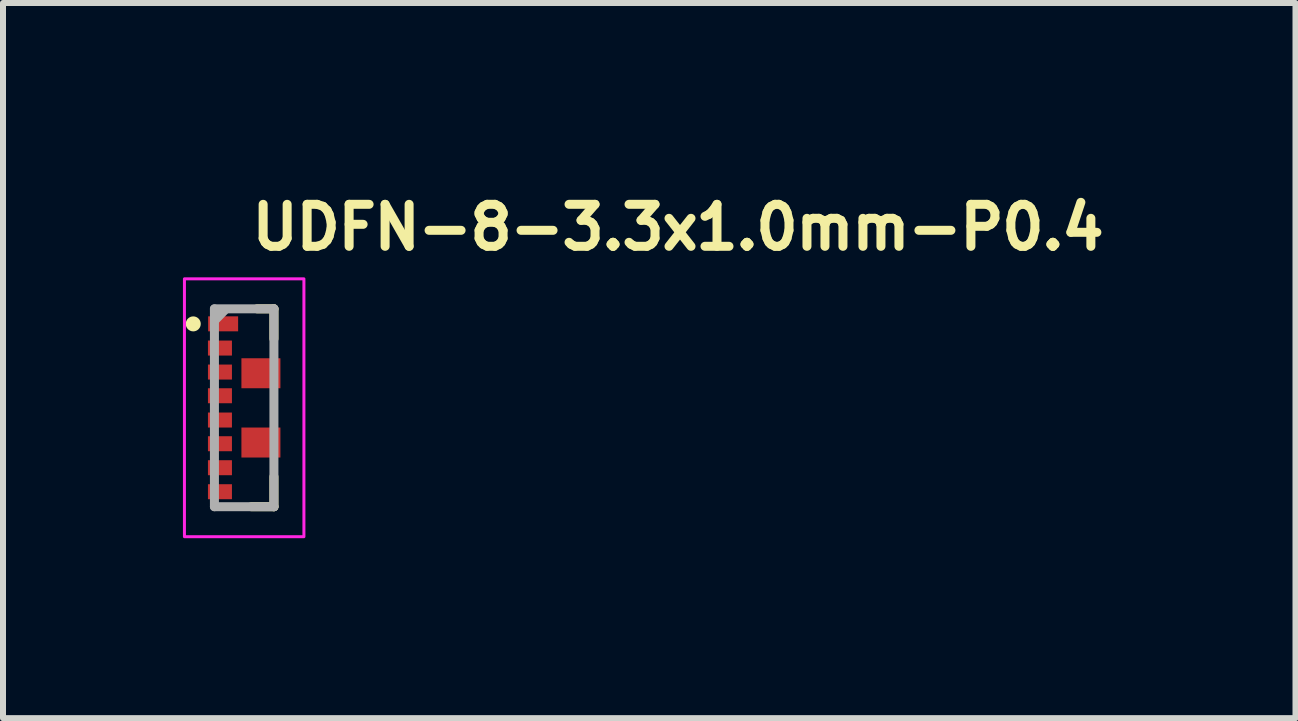
<source format=kicad_pcb>
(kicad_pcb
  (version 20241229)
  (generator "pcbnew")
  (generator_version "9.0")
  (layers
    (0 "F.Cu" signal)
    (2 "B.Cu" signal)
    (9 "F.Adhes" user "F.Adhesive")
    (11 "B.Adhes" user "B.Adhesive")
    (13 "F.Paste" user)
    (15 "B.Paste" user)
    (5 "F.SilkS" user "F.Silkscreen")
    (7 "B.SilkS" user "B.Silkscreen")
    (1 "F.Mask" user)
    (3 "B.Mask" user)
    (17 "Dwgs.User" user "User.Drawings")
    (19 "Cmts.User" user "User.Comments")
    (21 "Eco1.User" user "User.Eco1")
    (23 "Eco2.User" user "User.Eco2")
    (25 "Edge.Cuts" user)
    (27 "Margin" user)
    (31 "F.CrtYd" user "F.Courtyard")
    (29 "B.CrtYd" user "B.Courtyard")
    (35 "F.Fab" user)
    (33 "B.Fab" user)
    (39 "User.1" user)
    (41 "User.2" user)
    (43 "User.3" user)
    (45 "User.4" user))
  (footprint "UDFN-8-3.3x1.0mm-P0.4"
    (layer "F.Cu")
    (at 1.022 3.75)
    (property "Reference" "UDFN-8-3.3x1.0mm-P0.4" (at 0.05 -2.6 0) (layer "F.SilkS") (effects (font (size 0.7 0.7) (thickness 0.15)) (justify left bottom)))
    (attr smd)
    (fp_poly (pts (xy -0.655 -1.581) (xy -0.053 -1.581) (xy -0.053 -1.22) (xy -0.655 -1.22)) (stroke (width 0.01) (type solid)) (fill yes) (layer "F.Mask"))
    (fp_poly (pts (xy -0.655 -1.18) (xy -0.147 -1.18) (xy -0.147 -0.821) (xy -0.655 -0.821)) (stroke (width 0.01) (type solid)) (fill yes) (layer "F.Mask"))
    (fp_poly (pts (xy -0.655 -0.782) (xy -0.147 -0.782) (xy -0.147 -0.417) (xy -0.655 -0.417)) (stroke (width 0.01) (type solid)) (fill yes) (layer "F.Mask"))
    (fp_poly (pts (xy -0.655 -0.377) (xy -0.147 -0.377) (xy -0.147 -0.019) (xy -0.655 -0.019)) (stroke (width 0.01) (type solid)) (fill yes) (layer "F.Mask"))
    (fp_poly (pts (xy -0.655 0.021) (xy -0.147 0.021) (xy -0.147 0.378) (xy -0.655 0.378)) (stroke (width 0.01) (type solid)) (fill yes) (layer "F.Mask"))
    (fp_poly (pts (xy -0.655 0.418) (xy -0.147 0.418) (xy -0.147 0.783) (xy -0.655 0.783)) (stroke (width 0.01) (type solid)) (fill yes) (layer "F.Mask"))
    (fp_poly (pts (xy -0.655 0.822) (xy -0.147 0.822) (xy -0.147 1.179) (xy -0.655 1.179)) (stroke (width 0.01) (type solid)) (fill yes) (layer "F.Mask"))
    (fp_poly (pts (xy -0.655 1.219) (xy -0.147 1.219) (xy -0.147 1.58) (xy -0.655 1.58)) (stroke (width 0.01) (type solid)) (fill yes) (layer "F.Mask"))
    (fp_poly (pts (xy -0.103 -0.877) (xy 0.653 -0.877) (xy 0.653 -0.282) (xy -0.103 -0.282)) (stroke (width 0.01) (type solid)) (fill yes) (layer "F.Mask"))
    (fp_poly (pts (xy -0.103 0.283) (xy 0.653 0.283) (xy 0.653 0.878) (xy -0.103 0.878)) (stroke (width 0.01) (type solid)) (fill yes) (layer "F.Mask"))
    (fp_line (start 0.215 -1.651) (end 0.495 -1.651) (stroke (width 0.15) (type solid)) (layer "F.SilkS"))
    (fp_line (start 0.495 -1.651) (end 0.495 -1.151) (stroke (width 0.15) (type solid)) (layer "F.SilkS"))
    (fp_line (start 0.495 1.148) (end 0.495 1.648) (stroke (width 0.15) (type solid)) (layer "F.SilkS"))
    (fp_line (start 0.495 1.648) (end 0.119 1.648) (stroke (width 0.15) (type solid)) (layer "F.SilkS"))
    (fp_circle (center -0.85 -1.4) (end -0.8 -1.4) (stroke (width 0.15) (type solid)) (fill yes) (layer "F.SilkS"))
    (fp_rect (start -0.997 -2.151) (end 0.995 2.148) (stroke (width 0.05) (type solid)) (fill no) (layer "F.CrtYd"))
    (fp_line (start -0.497 -1.651) (end 0.495 -1.651) (stroke (width 0.15) (type solid)) (layer "F.Fab"))
    (fp_line (start -0.497 1.648) (end -0.497 -1.651) (stroke (width 0.15) (type solid)) (layer "F.Fab"))
    (fp_line (start -0.476 -1.474) (end -0.328 -1.625) (stroke (width 0.15) (type solid)) (layer "F.Fab"))
    (fp_line (start 0.495 -1.651) (end 0.495 1.648) (stroke (width 0.15) (type solid)) (layer "F.Fab"))
    (fp_line (start 0.495 1.648) (end -0.497 1.648) (stroke (width 0.15) (type solid)) (layer "F.Fab"))
    (fp_rect (start -0.497 -1.651) (end 0.495 1.648) (stroke (width 0.1) (type solid)) (fill no) (layer "User.5"))
    (fp_rect (start -0.497 -1.651) (end 0.495 1.648) (stroke (width 0.1) (type solid)) (fill no) (layer "User.5"))
    (fp_rect (start -0.497 -1.651) (end 0.495 1.648) (stroke (width 0.1) (type solid)) (fill no) (layer "User.5"))
    (fp_rect (start -0.497 -1.651) (end 0.495 1.648) (stroke (width 0.1) (type solid)) (fill no) (layer "User.5"))
    (fp_line (start -0.497 -1.651) (end -0.497 1.648) (stroke (width 0.02) (type solid)) (layer "User.9"))
    (fp_line (start -0.497 1.648) (end 0.495 1.648) (stroke (width 0.02) (type solid)) (layer "User.9"))
    (fp_line (start -0.404 -1.462) (end -0.404 -1.456) (stroke (width 0.02) (type solid)) (layer "User.9"))
    (fp_line (start -0.404 -1.462) (end -0.404 -1.456) (stroke (width 0.02) (type solid)) (layer "User.9"))
    (fp_line (start -0.404 -1.456) (end -0.404 -1.45) (stroke (width 0.02) (type solid)) (layer "User.9"))
    (fp_line (start -0.404 -1.456) (end -0.404 -1.45) (stroke (width 0.02) (type solid)) (layer "User.9"))
    (fp_line (start -0.404 -1.45) (end -0.404 -1.45) (stroke (width 0.02) (type solid)) (layer "User.9"))
    (fp_line (start -0.404 -1.45) (end -0.404 -1.45) (stroke (width 0.02) (type solid)) (layer "User.9"))
    (fp_line (start -0.404 -1.45) (end -0.404 -1.446) (stroke (width 0.02) (type solid)) (layer "User.9"))
    (fp_line (start -0.404 -1.45) (end -0.404 -1.446) (stroke (width 0.02) (type solid)) (layer "User.9"))
    (fp_line (start -0.404 -1.446) (end -0.404 -1.44) (stroke (width 0.02) (type solid)) (layer "User.9"))
    (fp_line (start -0.404 -1.446) (end -0.404 -1.44) (stroke (width 0.02) (type solid)) (layer "User.9"))
    (fp_line (start -0.404 -1.44) (end -0.403 -1.436) (stroke (width 0.02) (type solid)) (layer "User.9"))
    (fp_line (start -0.404 -1.44) (end -0.403 -1.436) (stroke (width 0.02) (type solid)) (layer "User.9"))
    (fp_line (start -0.403 -1.466) (end -0.404 -1.462) (stroke (width 0.02) (type solid)) (layer "User.9"))
    (fp_line (start -0.403 -1.466) (end -0.404 -1.462) (stroke (width 0.02) (type solid)) (layer "User.9"))
    (fp_line (start -0.403 -1.436) (end -0.402 -1.43) (stroke (width 0.02) (type solid)) (layer "User.9"))
    (fp_line (start -0.403 -1.436) (end -0.402 -1.43) (stroke (width 0.02) (type solid)) (layer "User.9"))
    (fp_line (start -0.402 -1.472) (end -0.403 -1.466) (stroke (width 0.02) (type solid)) (layer "User.9"))
    (fp_line (start -0.402 -1.472) (end -0.403 -1.466) (stroke (width 0.02) (type solid)) (layer "User.9"))
    (fp_line (start -0.402 -1.43) (end -0.401 -1.426) (stroke (width 0.02) (type solid)) (layer "User.9"))
    (fp_line (start -0.402 -1.43) (end -0.401 -1.426) (stroke (width 0.02) (type solid)) (layer "User.9"))
    (fp_line (start -0.401 -1.476) (end -0.402 -1.472) (stroke (width 0.02) (type solid)) (layer "User.9"))
    (fp_line (start -0.401 -1.476) (end -0.402 -1.472) (stroke (width 0.02) (type solid)) (layer "User.9"))
    (fp_line (start -0.401 -1.426) (end -0.4 -1.422) (stroke (width 0.02) (type solid)) (layer "User.9"))
    (fp_line (start -0.401 -1.426) (end -0.4 -1.422) (stroke (width 0.02) (type solid)) (layer "User.9"))
    (fp_line (start -0.4 -1.48) (end -0.401 -1.476) (stroke (width 0.02) (type solid)) (layer "User.9"))
    (fp_line (start -0.4 -1.48) (end -0.401 -1.476) (stroke (width 0.02) (type solid)) (layer "User.9"))
    (fp_line (start -0.4 -1.422) (end -0.398 -1.416) (stroke (width 0.02) (type solid)) (layer "User.9"))
    (fp_line (start -0.4 -1.422) (end -0.398 -1.416) (stroke (width 0.02) (type solid)) (layer "User.9"))
    (fp_line (start -0.398 -1.486) (end -0.4 -1.48) (stroke (width 0.02) (type solid)) (layer "User.9"))
    (fp_line (start -0.398 -1.486) (end -0.4 -1.48) (stroke (width 0.02) (type solid)) (layer "User.9"))
    (fp_line (start -0.398 -1.416) (end -0.397 -1.412) (stroke (width 0.02) (type solid)) (layer "User.9"))
    (fp_line (start -0.398 -1.416) (end -0.397 -1.412) (stroke (width 0.02) (type solid)) (layer "User.9"))
    (fp_line (start -0.397 -1.49) (end -0.398 -1.486) (stroke (width 0.02) (type solid)) (layer "User.9"))
    (fp_line (start -0.397 -1.49) (end -0.398 -1.486) (stroke (width 0.02) (type solid)) (layer "User.9"))
    (fp_line (start -0.397 -1.412) (end -0.395 -1.407) (stroke (width 0.02) (type solid)) (layer "User.9"))
    (fp_line (start -0.397 -1.412) (end -0.395 -1.407) (stroke (width 0.02) (type solid)) (layer "User.9"))
    (fp_line (start -0.395 -1.494) (end -0.397 -1.49) (stroke (width 0.02) (type solid)) (layer "User.9"))
    (fp_line (start -0.395 -1.494) (end -0.397 -1.49) (stroke (width 0.02) (type solid)) (layer "User.9"))
    (fp_line (start -0.395 -1.407) (end -0.392 -1.403) (stroke (width 0.02) (type solid)) (layer "User.9"))
    (fp_line (start -0.395 -1.407) (end -0.392 -1.403) (stroke (width 0.02) (type solid)) (layer "User.9"))
    (fp_line (start -0.392 -1.498) (end -0.395 -1.494) (stroke (width 0.02) (type solid)) (layer "User.9"))
    (fp_line (start -0.392 -1.498) (end -0.395 -1.494) (stroke (width 0.02) (type solid)) (layer "User.9"))
    (fp_line (start -0.392 -1.403) (end -0.39 -1.399) (stroke (width 0.02) (type solid)) (layer "User.9"))
    (fp_line (start -0.392 -1.403) (end -0.39 -1.399) (stroke (width 0.02) (type solid)) (layer "User.9"))
    (fp_line (start -0.39 -1.502) (end -0.392 -1.498) (stroke (width 0.02) (type solid)) (layer "User.9"))
    (fp_line (start -0.39 -1.502) (end -0.392 -1.498) (stroke (width 0.02) (type solid)) (layer "User.9"))
    (fp_line (start -0.39 -1.399) (end -0.38 -1.395) (stroke (width 0.02) (type solid)) (layer "User.9"))
    (fp_line (start -0.39 -1.399) (end -0.38 -1.395) (stroke (width 0.02) (type solid)) (layer "User.9"))
    (fp_line (start -0.38 -1.506) (end -0.39 -1.502) (stroke (width 0.02) (type solid)) (layer "User.9"))
    (fp_line (start -0.38 -1.506) (end -0.39 -1.502) (stroke (width 0.02) (type solid)) (layer "User.9"))
    (fp_line (start -0.38 -1.395) (end -0.378 -1.391) (stroke (width 0.02) (type solid)) (layer "User.9"))
    (fp_line (start -0.38 -1.395) (end -0.378 -1.391) (stroke (width 0.02) (type solid)) (layer "User.9"))
    (fp_line (start -0.378 -1.51) (end -0.38 -1.506) (stroke (width 0.02) (type solid)) (layer "User.9"))
    (fp_line (start -0.378 -1.51) (end -0.38 -1.506) (stroke (width 0.02) (type solid)) (layer "User.9"))
    (fp_line (start -0.378 -1.391) (end -0.375 -1.387) (stroke (width 0.02) (type solid)) (layer "User.9"))
    (fp_line (start -0.378 -1.391) (end -0.375 -1.387) (stroke (width 0.02) (type solid)) (layer "User.9"))
    (fp_line (start -0.375 -1.514) (end -0.378 -1.51) (stroke (width 0.02) (type solid)) (layer "User.9"))
    (fp_line (start -0.375 -1.514) (end -0.378 -1.51) (stroke (width 0.02) (type solid)) (layer "User.9"))
    (fp_line (start -0.375 -1.387) (end -0.371 -1.383) (stroke (width 0.02) (type solid)) (layer "User.9"))
    (fp_line (start -0.375 -1.387) (end -0.371 -1.383) (stroke (width 0.02) (type solid)) (layer "User.9"))
    (fp_line (start -0.371 -1.518) (end -0.375 -1.514) (stroke (width 0.02) (type solid)) (layer "User.9"))
    (fp_line (start -0.371 -1.518) (end -0.375 -1.514) (stroke (width 0.02) (type solid)) (layer "User.9"))
    (fp_line (start -0.371 -1.383) (end -0.368 -1.381) (stroke (width 0.02) (type solid)) (layer "User.9"))
    (fp_line (start -0.371 -1.383) (end -0.368 -1.381) (stroke (width 0.02) (type solid)) (layer "User.9"))
    (fp_line (start -0.368 -1.522) (end -0.371 -1.518) (stroke (width 0.02) (type solid)) (layer "User.9"))
    (fp_line (start -0.368 -1.522) (end -0.371 -1.518) (stroke (width 0.02) (type solid)) (layer "User.9"))
    (fp_line (start -0.368 -1.381) (end -0.365 -1.377) (stroke (width 0.02) (type solid)) (layer "User.9"))
    (fp_line (start -0.368 -1.381) (end -0.365 -1.377) (stroke (width 0.02) (type solid)) (layer "User.9"))
    (fp_line (start -0.365 -1.524) (end -0.368 -1.522) (stroke (width 0.02) (type solid)) (layer "User.9"))
    (fp_line (start -0.365 -1.524) (end -0.368 -1.522) (stroke (width 0.02) (type solid)) (layer "User.9"))
    (fp_line (start -0.365 -1.377) (end -0.361 -1.373) (stroke (width 0.02) (type solid)) (layer "User.9"))
    (fp_line (start -0.365 -1.377) (end -0.361 -1.373) (stroke (width 0.02) (type solid)) (layer "User.9"))
    (fp_line (start -0.361 -1.528) (end -0.365 -1.524) (stroke (width 0.02) (type solid)) (layer "User.9"))
    (fp_line (start -0.361 -1.528) (end -0.365 -1.524) (stroke (width 0.02) (type solid)) (layer "User.9"))
    (fp_line (start -0.361 -1.373) (end -0.357 -1.371) (stroke (width 0.02) (type solid)) (layer "User.9"))
    (fp_line (start -0.361 -1.373) (end -0.357 -1.371) (stroke (width 0.02) (type solid)) (layer "User.9"))
    (fp_line (start -0.357 -1.532) (end -0.361 -1.528) (stroke (width 0.02) (type solid)) (layer "User.9"))
    (fp_line (start -0.357 -1.532) (end -0.361 -1.528) (stroke (width 0.02) (type solid)) (layer "User.9"))
    (fp_line (start -0.357 -1.371) (end -0.353 -1.369) (stroke (width 0.02) (type solid)) (layer "User.9"))
    (fp_line (start -0.357 -1.371) (end -0.353 -1.369) (stroke (width 0.02) (type solid)) (layer "User.9"))
    (fp_line (start -0.353 -1.534) (end -0.357 -1.532) (stroke (width 0.02) (type solid)) (layer "User.9"))
    (fp_line (start -0.353 -1.534) (end -0.357 -1.532) (stroke (width 0.02) (type solid)) (layer "User.9"))
    (fp_line (start -0.353 -1.369) (end -0.352 -1.365) (stroke (width 0.02) (type solid)) (layer "User.9"))
    (fp_line (start -0.353 -1.369) (end -0.352 -1.365) (stroke (width 0.02) (type solid)) (layer "User.9"))
    (fp_line (start -0.352 -1.536) (end -0.353 -1.534) (stroke (width 0.02) (type solid)) (layer "User.9"))
    (fp_line (start -0.352 -1.536) (end -0.353 -1.534) (stroke (width 0.02) (type solid)) (layer "User.9"))
    (fp_line (start -0.352 -1.365) (end -0.35 -1.363) (stroke (width 0.02) (type solid)) (layer "User.9"))
    (fp_line (start -0.352 -1.365) (end -0.35 -1.363) (stroke (width 0.02) (type solid)) (layer "User.9"))
    (fp_line (start -0.35 -1.539) (end -0.352 -1.536) (stroke (width 0.02) (type solid)) (layer "User.9"))
    (fp_line (start -0.35 -1.539) (end -0.352 -1.536) (stroke (width 0.02) (type solid)) (layer "User.9"))
    (fp_line (start -0.35 -1.363) (end -0.346 -1.361) (stroke (width 0.02) (type solid)) (layer "User.9"))
    (fp_line (start -0.35 -1.363) (end -0.346 -1.361) (stroke (width 0.02) (type solid)) (layer "User.9"))
    (fp_line (start -0.346 -1.541) (end -0.35 -1.539) (stroke (width 0.02) (type solid)) (layer "User.9"))
    (fp_line (start -0.346 -1.541) (end -0.35 -1.539) (stroke (width 0.02) (type solid)) (layer "User.9"))
    (fp_line (start -0.346 -1.361) (end -0.343 -1.359) (stroke (width 0.02) (type solid)) (layer "User.9"))
    (fp_line (start -0.346 -1.361) (end -0.343 -1.359) (stroke (width 0.02) (type solid)) (layer "User.9"))
    (fp_line (start -0.343 -1.543) (end -0.346 -1.541) (stroke (width 0.02) (type solid)) (layer "User.9"))
    (fp_line (start -0.343 -1.543) (end -0.346 -1.541) (stroke (width 0.02) (type solid)) (layer "User.9"))
    (fp_line (start -0.343 -1.359) (end -0.339 -1.357) (stroke (width 0.02) (type solid)) (layer "User.9"))
    (fp_line (start -0.343 -1.359) (end -0.339 -1.357) (stroke (width 0.02) (type solid)) (layer "User.9"))
    (fp_line (start -0.339 -1.545) (end -0.343 -1.543) (stroke (width 0.02) (type solid)) (layer "User.9"))
    (fp_line (start -0.339 -1.545) (end -0.343 -1.543) (stroke (width 0.02) (type solid)) (layer "User.9"))
    (fp_line (start -0.339 -1.357) (end -0.334 -1.355) (stroke (width 0.02) (type solid)) (layer "User.9"))
    (fp_line (start -0.339 -1.357) (end -0.334 -1.355) (stroke (width 0.02) (type solid)) (layer "User.9"))
    (fp_line (start -0.334 -1.547) (end -0.339 -1.545) (stroke (width 0.02) (type solid)) (layer "User.9"))
    (fp_line (start -0.334 -1.547) (end -0.339 -1.545) (stroke (width 0.02) (type solid)) (layer "User.9"))
    (fp_line (start -0.334 -1.355) (end -0.329 -1.355) (stroke (width 0.02) (type solid)) (layer "User.9"))
    (fp_line (start -0.334 -1.355) (end -0.329 -1.355) (stroke (width 0.02) (type solid)) (layer "User.9"))
    (fp_line (start -0.329 -1.547) (end -0.334 -1.547) (stroke (width 0.02) (type solid)) (layer "User.9"))
    (fp_line (start -0.329 -1.547) (end -0.334 -1.547) (stroke (width 0.02) (type solid)) (layer "User.9"))
    (fp_line (start -0.329 -1.355) (end -0.325 -1.353) (stroke (width 0.02) (type solid)) (layer "User.9"))
    (fp_line (start -0.329 -1.355) (end -0.325 -1.353) (stroke (width 0.02) (type solid)) (layer "User.9"))
    (fp_line (start -0.325 -1.549) (end -0.329 -1.547) (stroke (width 0.02) (type solid)) (layer "User.9"))
    (fp_line (start -0.325 -1.549) (end -0.329 -1.547) (stroke (width 0.02) (type solid)) (layer "User.9"))
    (fp_line (start -0.325 -1.353) (end -0.313 -1.353) (stroke (width 0.02) (type solid)) (layer "User.9"))
    (fp_line (start -0.325 -1.353) (end -0.313 -1.353) (stroke (width 0.02) (type solid)) (layer "User.9"))
    (fp_line (start -0.313 -1.549) (end -0.325 -1.549) (stroke (width 0.02) (type solid)) (layer "User.9"))
    (fp_line (start -0.313 -1.549) (end -0.325 -1.549) (stroke (width 0.02) (type solid)) (layer "User.9"))
    (fp_line (start -0.313 -1.353) (end -0.308 -1.351) (stroke (width 0.02) (type solid)) (layer "User.9"))
    (fp_line (start -0.313 -1.353) (end -0.308 -1.351) (stroke (width 0.02) (type solid)) (layer "User.9"))
    (fp_line (start -0.308 -1.551) (end -0.313 -1.549) (stroke (width 0.02) (type solid)) (layer "User.9"))
    (fp_line (start -0.308 -1.551) (end -0.313 -1.549) (stroke (width 0.02) (type solid)) (layer "User.9"))
    (fp_line (start -0.308 -1.351) (end -0.303 -1.351) (stroke (width 0.02) (type solid)) (layer "User.9"))
    (fp_line (start -0.308 -1.351) (end -0.303 -1.351) (stroke (width 0.02) (type solid)) (layer "User.9"))
    (fp_line (start -0.303 -1.551) (end -0.308 -1.551) (stroke (width 0.02) (type solid)) (layer "User.9"))
    (fp_line (start -0.303 -1.551) (end -0.308 -1.551) (stroke (width 0.02) (type solid)) (layer "User.9"))
    (fp_line (start -0.303 -1.351) (end -0.297 -1.351) (stroke (width 0.02) (type solid)) (layer "User.9"))
    (fp_line (start -0.303 -1.351) (end -0.297 -1.351) (stroke (width 0.02) (type solid)) (layer "User.9"))
    (fp_line (start -0.297 -1.551) (end -0.303 -1.551) (stroke (width 0.02) (type solid)) (layer "User.9"))
    (fp_line (start -0.297 -1.551) (end -0.303 -1.551) (stroke (width 0.02) (type solid)) (layer "User.9"))
    (fp_line (start -0.297 -1.351) (end -0.292 -1.351) (stroke (width 0.02) (type solid)) (layer "User.9"))
    (fp_line (start -0.297 -1.351) (end -0.292 -1.351) (stroke (width 0.02) (type solid)) (layer "User.9"))
    (fp_line (start -0.292 -1.551) (end -0.298 -1.551) (stroke (width 0.02) (type solid)) (layer "User.9"))
    (fp_line (start -0.292 -1.551) (end -0.298 -1.551) (stroke (width 0.02) (type solid)) (layer "User.9"))
    (fp_line (start -0.292 -1.351) (end -0.289 -1.351) (stroke (width 0.02) (type solid)) (layer "User.9"))
    (fp_line (start -0.292 -1.351) (end -0.289 -1.351) (stroke (width 0.02) (type solid)) (layer "User.9"))
    (fp_line (start -0.289 -1.551) (end -0.292 -1.551) (stroke (width 0.02) (type solid)) (layer "User.9"))
    (fp_line (start -0.289 -1.551) (end -0.292 -1.551) (stroke (width 0.02) (type solid)) (layer "User.9"))
    (fp_line (start -0.289 -1.351) (end -0.287 -1.353) (stroke (width 0.02) (type solid)) (layer "User.9"))
    (fp_line (start -0.289 -1.351) (end -0.287 -1.353) (stroke (width 0.02) (type solid)) (layer "User.9"))
    (fp_line (start -0.287 -1.549) (end -0.289 -1.551) (stroke (width 0.02) (type solid)) (layer "User.9"))
    (fp_line (start -0.287 -1.549) (end -0.289 -1.551) (stroke (width 0.02) (type solid)) (layer "User.9"))
    (fp_line (start -0.287 -1.353) (end -0.283 -1.353) (stroke (width 0.02) (type solid)) (layer "User.9"))
    (fp_line (start -0.287 -1.353) (end -0.283 -1.353) (stroke (width 0.02) (type solid)) (layer "User.9"))
    (fp_line (start -0.283 -1.549) (end -0.287 -1.549) (stroke (width 0.02) (type solid)) (layer "User.9"))
    (fp_line (start -0.283 -1.549) (end -0.287 -1.549) (stroke (width 0.02) (type solid)) (layer "User.9"))
    (fp_line (start -0.283 -1.353) (end -0.28 -1.355) (stroke (width 0.02) (type solid)) (layer "User.9"))
    (fp_line (start -0.283 -1.353) (end -0.28 -1.355) (stroke (width 0.02) (type solid)) (layer "User.9"))
    (fp_line (start -0.28 -1.547) (end -0.283 -1.549) (stroke (width 0.02) (type solid)) (layer "User.9"))
    (fp_line (start -0.28 -1.547) (end -0.283 -1.549) (stroke (width 0.02) (type solid)) (layer "User.9"))
    (fp_line (start -0.28 -1.355) (end -0.275 -1.355) (stroke (width 0.02) (type solid)) (layer "User.9"))
    (fp_line (start -0.28 -1.355) (end -0.275 -1.355) (stroke (width 0.02) (type solid)) (layer "User.9"))
    (fp_line (start -0.275 -1.547) (end -0.28 -1.547) (stroke (width 0.02) (type solid)) (layer "User.9"))
    (fp_line (start -0.275 -1.547) (end -0.28 -1.547) (stroke (width 0.02) (type solid)) (layer "User.9"))
    (fp_line (start -0.275 -1.355) (end -0.27 -1.357) (stroke (width 0.02) (type solid)) (layer "User.9"))
    (fp_line (start -0.275 -1.355) (end -0.27 -1.357) (stroke (width 0.02) (type solid)) (layer "User.9"))
    (fp_line (start -0.27 -1.545) (end -0.275 -1.547) (stroke (width 0.02) (type solid)) (layer "User.9"))
    (fp_line (start -0.27 -1.545) (end -0.275 -1.547) (stroke (width 0.02) (type solid)) (layer "User.9"))
    (fp_line (start -0.27 -1.357) (end -0.266 -1.359) (stroke (width 0.02) (type solid)) (layer "User.9"))
    (fp_line (start -0.27 -1.357) (end -0.266 -1.359) (stroke (width 0.02) (type solid)) (layer "User.9"))
    (fp_line (start -0.266 -1.543) (end -0.27 -1.545) (stroke (width 0.02) (type solid)) (layer "User.9"))
    (fp_line (start -0.266 -1.543) (end -0.27 -1.545) (stroke (width 0.02) (type solid)) (layer "User.9"))
    (fp_line (start -0.266 -1.359) (end -0.261 -1.361) (stroke (width 0.02) (type solid)) (layer "User.9"))
    (fp_line (start -0.266 -1.359) (end -0.261 -1.361) (stroke (width 0.02) (type solid)) (layer "User.9"))
    (fp_line (start -0.261 -1.541) (end -0.266 -1.543) (stroke (width 0.02) (type solid)) (layer "User.9"))
    (fp_line (start -0.261 -1.541) (end -0.266 -1.543) (stroke (width 0.02) (type solid)) (layer "User.9"))
    (fp_line (start -0.261 -1.361) (end -0.25 -1.363) (stroke (width 0.02) (type solid)) (layer "User.9"))
    (fp_line (start -0.261 -1.361) (end -0.25 -1.363) (stroke (width 0.02) (type solid)) (layer "User.9"))
    (fp_line (start -0.25 -1.539) (end -0.261 -1.541) (stroke (width 0.02) (type solid)) (layer "User.9"))
    (fp_line (start -0.25 -1.539) (end -0.261 -1.541) (stroke (width 0.02) (type solid)) (layer "User.9"))
    (fp_line (start -0.25 -1.363) (end -0.246 -1.365) (stroke (width 0.02) (type solid)) (layer "User.9"))
    (fp_line (start -0.25 -1.363) (end -0.246 -1.365) (stroke (width 0.02) (type solid)) (layer "User.9"))
    (fp_line (start -0.246 -1.536) (end -0.25 -1.539) (stroke (width 0.02) (type solid)) (layer "User.9"))
    (fp_line (start -0.246 -1.536) (end -0.25 -1.539) (stroke (width 0.02) (type solid)) (layer "User.9"))
    (fp_line (start -0.246 -1.365) (end -0.242 -1.369) (stroke (width 0.02) (type solid)) (layer "User.9"))
    (fp_line (start -0.246 -1.365) (end -0.242 -1.369) (stroke (width 0.02) (type solid)) (layer "User.9"))
    (fp_line (start -0.242 -1.534) (end -0.246 -1.536) (stroke (width 0.02) (type solid)) (layer "User.9"))
    (fp_line (start -0.242 -1.534) (end -0.246 -1.536) (stroke (width 0.02) (type solid)) (layer "User.9"))
    (fp_line (start -0.242 -1.369) (end -0.24 -1.371) (stroke (width 0.02) (type solid)) (layer "User.9"))
    (fp_line (start -0.242 -1.369) (end -0.24 -1.371) (stroke (width 0.02) (type solid)) (layer "User.9"))
    (fp_line (start -0.24 -1.532) (end -0.242 -1.534) (stroke (width 0.02) (type solid)) (layer "User.9"))
    (fp_line (start -0.24 -1.532) (end -0.242 -1.534) (stroke (width 0.02) (type solid)) (layer "User.9"))
    (fp_line (start -0.24 -1.371) (end -0.239 -1.373) (stroke (width 0.02) (type solid)) (layer "User.9"))
    (fp_line (start -0.24 -1.371) (end -0.239 -1.373) (stroke (width 0.02) (type solid)) (layer "User.9"))
    (fp_line (start -0.239 -1.528) (end -0.24 -1.532) (stroke (width 0.02) (type solid)) (layer "User.9"))
    (fp_line (start -0.239 -1.528) (end -0.24 -1.532) (stroke (width 0.02) (type solid)) (layer "User.9"))
    (fp_line (start -0.239 -1.373) (end -0.236 -1.377) (stroke (width 0.02) (type solid)) (layer "User.9"))
    (fp_line (start -0.239 -1.373) (end -0.236 -1.377) (stroke (width 0.02) (type solid)) (layer "User.9"))
    (fp_line (start -0.236 -1.524) (end -0.239 -1.528) (stroke (width 0.02) (type solid)) (layer "User.9"))
    (fp_line (start -0.236 -1.524) (end -0.239 -1.528) (stroke (width 0.02) (type solid)) (layer "User.9"))
    (fp_line (start -0.236 -1.377) (end -0.234 -1.381) (stroke (width 0.02) (type solid)) (layer "User.9"))
    (fp_line (start -0.236 -1.377) (end -0.234 -1.381) (stroke (width 0.02) (type solid)) (layer "User.9"))
    (fp_line (start -0.234 -1.522) (end -0.236 -1.524) (stroke (width 0.02) (type solid)) (layer "User.9"))
    (fp_line (start -0.234 -1.522) (end -0.236 -1.524) (stroke (width 0.02) (type solid)) (layer "User.9"))
    (fp_line (start -0.234 -1.381) (end -0.231 -1.383) (stroke (width 0.02) (type solid)) (layer "User.9"))
    (fp_line (start -0.234 -1.381) (end -0.231 -1.383) (stroke (width 0.02) (type solid)) (layer "User.9"))
    (fp_line (start -0.231 -1.518) (end -0.234 -1.522) (stroke (width 0.02) (type solid)) (layer "User.9"))
    (fp_line (start -0.231 -1.518) (end -0.234 -1.522) (stroke (width 0.02) (type solid)) (layer "User.9"))
    (fp_line (start -0.231 -1.383) (end -0.22 -1.387) (stroke (width 0.02) (type solid)) (layer "User.9"))
    (fp_line (start -0.231 -1.383) (end -0.22 -1.387) (stroke (width 0.02) (type solid)) (layer "User.9"))
    (fp_line (start -0.22 -1.514) (end -0.231 -1.518) (stroke (width 0.02) (type solid)) (layer "User.9"))
    (fp_line (start -0.22 -1.514) (end -0.231 -1.518) (stroke (width 0.02) (type solid)) (layer "User.9"))
    (fp_line (start -0.22 -1.387) (end -0.217 -1.391) (stroke (width 0.02) (type solid)) (layer "User.9"))
    (fp_line (start -0.22 -1.387) (end -0.217 -1.391) (stroke (width 0.02) (type solid)) (layer "User.9"))
    (fp_line (start -0.217 -1.51) (end -0.22 -1.514) (stroke (width 0.02) (type solid)) (layer "User.9"))
    (fp_line (start -0.217 -1.51) (end -0.22 -1.514) (stroke (width 0.02) (type solid)) (layer "User.9"))
    (fp_line (start -0.217 -1.391) (end -0.215 -1.395) (stroke (width 0.02) (type solid)) (layer "User.9"))
    (fp_line (start -0.217 -1.391) (end -0.215 -1.395) (stroke (width 0.02) (type solid)) (layer "User.9"))
    (fp_line (start -0.215 -1.506) (end -0.217 -1.51) (stroke (width 0.02) (type solid)) (layer "User.9"))
    (fp_line (start -0.215 -1.506) (end -0.217 -1.51) (stroke (width 0.02) (type solid)) (layer "User.9"))
    (fp_line (start -0.215 -1.395) (end -0.212 -1.399) (stroke (width 0.02) (type solid)) (layer "User.9"))
    (fp_line (start -0.215 -1.395) (end -0.212 -1.399) (stroke (width 0.02) (type solid)) (layer "User.9"))
    (fp_line (start -0.212 -1.502) (end -0.215 -1.506) (stroke (width 0.02) (type solid)) (layer "User.9"))
    (fp_line (start -0.212 -1.502) (end -0.215 -1.506) (stroke (width 0.02) (type solid)) (layer "User.9"))
    (fp_line (start -0.212 -1.399) (end -0.21 -1.403) (stroke (width 0.02) (type solid)) (layer "User.9"))
    (fp_line (start -0.212 -1.399) (end -0.21 -1.403) (stroke (width 0.02) (type solid)) (layer "User.9"))
    (fp_line (start -0.21 -1.498) (end -0.212 -1.502) (stroke (width 0.02) (type solid)) (layer "User.9"))
    (fp_line (start -0.21 -1.498) (end -0.212 -1.502) (stroke (width 0.02) (type solid)) (layer "User.9"))
    (fp_line (start -0.21 -1.403) (end -0.209 -1.407) (stroke (width 0.02) (type solid)) (layer "User.9"))
    (fp_line (start -0.21 -1.403) (end -0.209 -1.407) (stroke (width 0.02) (type solid)) (layer "User.9"))
    (fp_line (start -0.209 -1.494) (end -0.21 -1.498) (stroke (width 0.02) (type solid)) (layer "User.9"))
    (fp_line (start -0.209 -1.494) (end -0.21 -1.498) (stroke (width 0.02) (type solid)) (layer "User.9"))
    (fp_line (start -0.209 -1.49) (end -0.209 -1.494) (stroke (width 0.02) (type solid)) (layer "User.9"))
    (fp_line (start -0.209 -1.49) (end -0.209 -1.494) (stroke (width 0.02) (type solid)) (layer "User.9"))
    (fp_line (start -0.209 -1.486) (end -0.209 -1.49) (stroke (width 0.02) (type solid)) (layer "User.9"))
    (fp_line (start -0.209 -1.486) (end -0.209 -1.49) (stroke (width 0.02) (type solid)) (layer "User.9"))
    (fp_line (start -0.209 -1.416) (end -0.207 -1.422) (stroke (width 0.02) (type solid)) (layer "User.9"))
    (fp_line (start -0.209 -1.416) (end -0.207 -1.422) (stroke (width 0.02) (type solid)) (layer "User.9"))
    (fp_line (start -0.209 -1.412) (end -0.209 -1.416) (stroke (width 0.02) (type solid)) (layer "User.9"))
    (fp_line (start -0.209 -1.412) (end -0.209 -1.416) (stroke (width 0.02) (type solid)) (layer "User.9"))
    (fp_line (start -0.209 -1.407) (end -0.209 -1.412) (stroke (width 0.02) (type solid)) (layer "User.9"))
    (fp_line (start -0.209 -1.407) (end -0.209 -1.412) (stroke (width 0.02) (type solid)) (layer "User.9"))
    (fp_line (start -0.207 -1.48) (end -0.209 -1.486) (stroke (width 0.02) (type solid)) (layer "User.9"))
    (fp_line (start -0.207 -1.48) (end -0.209 -1.486) (stroke (width 0.02) (type solid)) (layer "User.9"))
    (fp_line (start -0.207 -1.422) (end -0.206 -1.426) (stroke (width 0.02) (type solid)) (layer "User.9"))
    (fp_line (start -0.207 -1.422) (end -0.206 -1.426) (stroke (width 0.02) (type solid)) (layer "User.9"))
    (fp_line (start -0.206 -1.476) (end -0.207 -1.48) (stroke (width 0.02) (type solid)) (layer "User.9"))
    (fp_line (start -0.206 -1.476) (end -0.207 -1.48) (stroke (width 0.02) (type solid)) (layer "User.9"))
    (fp_line (start -0.206 -1.426) (end -0.205 -1.43) (stroke (width 0.02) (type solid)) (layer "User.9"))
    (fp_line (start -0.206 -1.426) (end -0.205 -1.43) (stroke (width 0.02) (type solid)) (layer "User.9"))
    (fp_line (start -0.205 -1.472) (end -0.206 -1.476) (stroke (width 0.02) (type solid)) (layer "User.9"))
    (fp_line (start -0.205 -1.472) (end -0.206 -1.476) (stroke (width 0.02) (type solid)) (layer "User.9"))
    (fp_line (start -0.205 -1.466) (end -0.205 -1.472) (stroke (width 0.02) (type solid)) (layer "User.9"))
    (fp_line (start -0.205 -1.466) (end -0.205 -1.472) (stroke (width 0.02) (type solid)) (layer "User.9"))
    (fp_line (start -0.205 -1.436) (end -0.204 -1.44) (stroke (width 0.02) (type solid)) (layer "User.9"))
    (fp_line (start -0.205 -1.436) (end -0.204 -1.44) (stroke (width 0.02) (type solid)) (layer "User.9"))
    (fp_line (start -0.205 -1.43) (end -0.205 -1.436) (stroke (width 0.02) (type solid)) (layer "User.9"))
    (fp_line (start -0.205 -1.43) (end -0.205 -1.436) (stroke (width 0.02) (type solid)) (layer "User.9"))
    (fp_line (start -0.204 -1.462) (end -0.205 -1.466) (stroke (width 0.02) (type solid)) (layer "User.9"))
    (fp_line (start -0.204 -1.462) (end -0.205 -1.466) (stroke (width 0.02) (type solid)) (layer "User.9"))
    (fp_line (start -0.204 -1.456) (end -0.204 -1.462) (stroke (width 0.02) (type solid)) (layer "User.9"))
    (fp_line (start -0.204 -1.456) (end -0.204 -1.462) (stroke (width 0.02) (type solid)) (layer "User.9"))
    (fp_line (start -0.204 -1.452) (end -0.204 -1.456) (stroke (width 0.02) (type solid)) (layer "User.9"))
    (fp_line (start -0.204 -1.452) (end -0.204 -1.456) (stroke (width 0.02) (type solid)) (layer "User.9"))
    (fp_line (start -0.204 -1.452) (end -0.204 -1.452) (stroke (width 0.02) (type solid)) (layer "User.9"))
    (fp_line (start -0.204 -1.452) (end -0.204 -1.452) (stroke (width 0.02) (type solid)) (layer "User.9"))
    (fp_line (start -0.204 -1.446) (end -0.204 -1.452) (stroke (width 0.02) (type solid)) (layer "User.9"))
    (fp_line (start -0.204 -1.446) (end -0.204 -1.452) (stroke (width 0.02) (type solid)) (layer "User.9"))
    (fp_line (start -0.204 -1.44) (end -0.204 -1.446) (stroke (width 0.02) (type solid)) (layer "User.9"))
    (fp_line (start -0.204 -1.44) (end -0.204 -1.446) (stroke (width 0.02) (type solid)) (layer "User.9"))
    (fp_line (start 0.495 -1.651) (end -0.497 -1.651) (stroke (width 0.02) (type solid)) (layer "User.9"))
    (fp_line (start 0.495 1.648) (end 0.495 -1.651) (stroke (width 0.02) (type solid)) (layer "User.9"))
    (pad "1" smd rect (at -0.352 -1.401) (size 0.5 0.25) (layers "F.Cu" "F.Paste"))
    (pad "2" smd rect (at -0.405 -0.997) (size 0.4 0.25) (layers "F.Cu" "F.Paste"))
    (pad "3" smd rect (at -0.405 -0.597) (size 0.4 0.25) (layers "F.Cu" "F.Paste"))
    (pad "4" smd rect (at -0.405 -0.202) (size 0.4 0.25) (layers "F.Cu" "F.Paste"))
    (pad "5" smd rect (at -0.405 0.203) (size 0.4 0.25) (layers "F.Cu" "F.Paste"))
    (pad "6" smd rect (at -0.405 0.598) (size 0.4 0.25) (layers "F.Cu" "F.Paste"))
    (pad "7" smd rect (at -0.405 0.998) (size 0.4 0.25) (layers "F.Cu" "F.Paste"))
    (pad "8" smd rect (at -0.405 1.398) (size 0.4 0.25) (layers "F.Cu" "F.Paste"))
    (pad "9" smd rect (at 0.278 0.578) (size 0.65 0.5) (layers "F.Cu" "F.Paste"))
    (pad "10" smd rect (at 0.278 -0.577) (size 0.65 0.5) (layers "F.Cu" "F.Paste")))
  (gr_rect
    (start -3 -3)
    (end 18.549 8.923)
    (stroke (width 0.1) (type default))
    (fill no)
    (layer "Edge.Cuts")))
</source>
